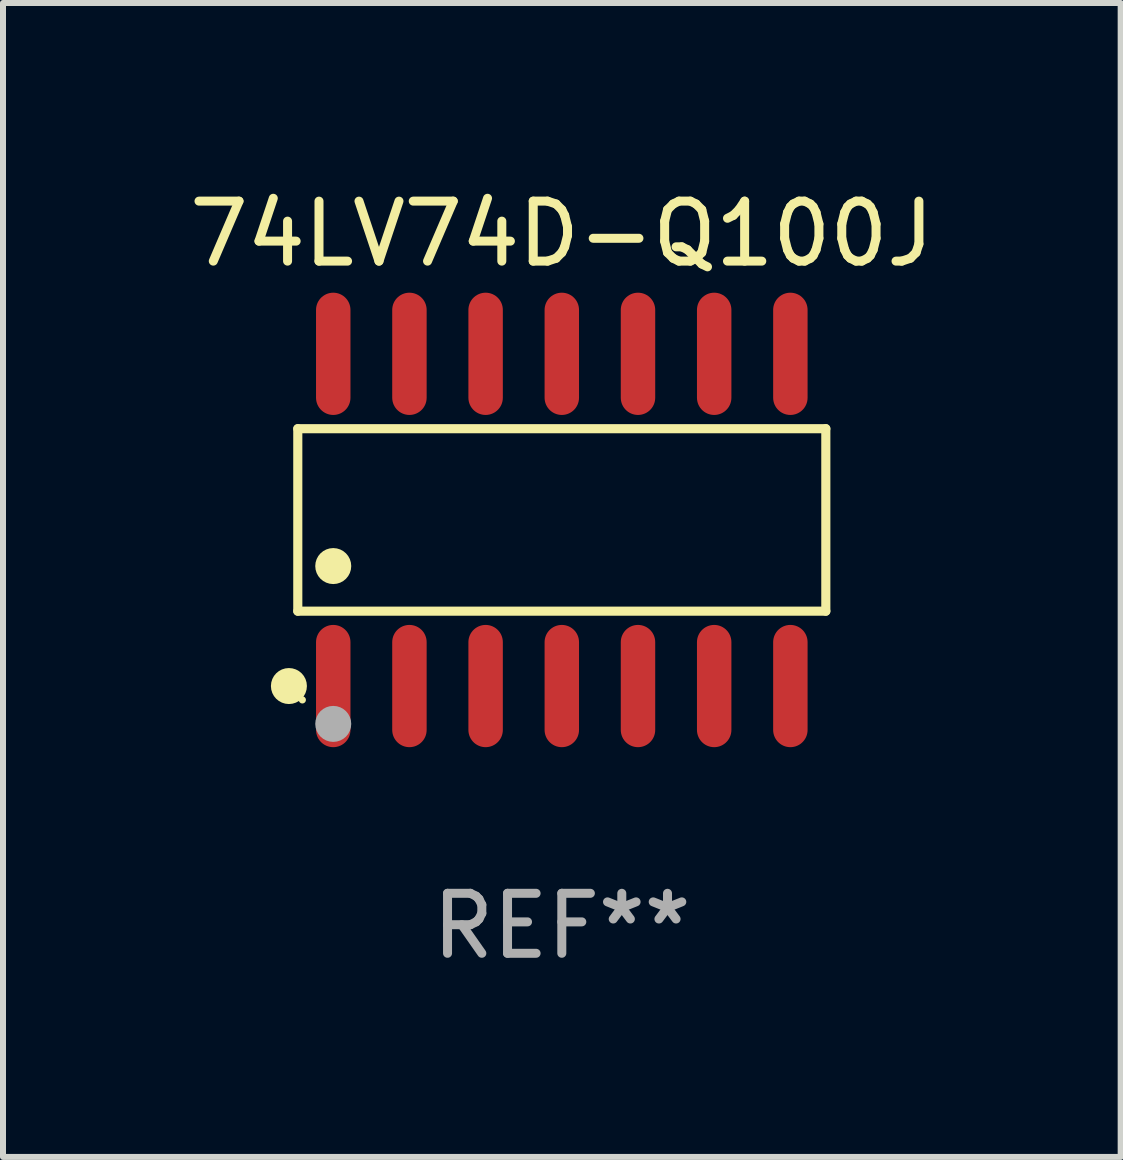
<source format=kicad_pcb>
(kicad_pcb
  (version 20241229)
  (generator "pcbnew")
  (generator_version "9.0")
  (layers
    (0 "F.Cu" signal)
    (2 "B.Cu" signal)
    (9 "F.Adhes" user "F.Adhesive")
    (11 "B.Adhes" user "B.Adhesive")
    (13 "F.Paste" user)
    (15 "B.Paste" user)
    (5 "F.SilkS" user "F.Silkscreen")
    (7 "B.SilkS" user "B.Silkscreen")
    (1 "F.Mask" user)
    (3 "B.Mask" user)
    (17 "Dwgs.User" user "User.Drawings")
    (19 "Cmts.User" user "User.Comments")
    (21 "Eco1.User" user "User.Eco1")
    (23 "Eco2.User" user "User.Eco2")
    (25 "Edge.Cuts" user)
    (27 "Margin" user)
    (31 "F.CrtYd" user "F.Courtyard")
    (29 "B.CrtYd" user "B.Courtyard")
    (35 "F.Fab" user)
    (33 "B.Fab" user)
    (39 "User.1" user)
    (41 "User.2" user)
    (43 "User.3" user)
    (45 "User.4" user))
  (footprint "74LV74D-Q100J"
    (layer "F.Cu")
    (at 6.315 5.617)
    (property "Reference" "74LV74D-Q100J" (at 0 -4.769 0) (layer "F.SilkS") (effects (font (size 1 1) (thickness 0.15))))
    (attr through_hole)
    (fp_line (start -4.401 -1.521) (end 4.401 -1.521) (stroke (width 0.152) (type solid)) (layer "F.SilkS"))
    (fp_line (start -4.401 1.521) (end -4.401 -1.521) (stroke (width 0.152) (type solid)) (layer "F.SilkS"))
    (fp_line (start 4.401 -1.521) (end 4.401 1.521) (stroke (width 0.152) (type solid)) (layer "F.SilkS"))
    (fp_line (start 4.401 1.521) (end -4.401 1.521) (stroke (width 0.152) (type solid)) (layer "F.SilkS"))
    (fp_circle (center -4.549 2.769) (end -4.399 2.769) (stroke (width 0.3) (type solid)) (fill no) (layer "F.SilkS"))
    (fp_circle (center -4.325 3) (end -4.295 3) (stroke (width 0.06) (type solid)) (fill no) (layer "F.SilkS"))
    (fp_circle (center -3.81 0.769) (end -3.66 0.769) (stroke (width 0.3) (type solid)) (fill no) (layer "F.SilkS"))
    (fp_circle (center -3.81 3.4) (end -3.66 3.4) (stroke (width 0.3) (type solid)) (fill no) (layer "F.Fab"))
    (fp_text user "REF**" (at 0 6.769 0) (layer "F.Fab") (effects (font (size 1 1) (thickness 0.15))))
    (pad "1" smd oval (at -3.81 2.769) (size 0.574 2.038) (layers "F.Cu" "F.Mask" "F.Paste"))
    (pad "2" smd oval (at -2.54 2.769) (size 0.574 2.038) (layers "F.Cu" "F.Mask" "F.Paste"))
    (pad "3" smd oval (at -1.27 2.769) (size 0.574 2.038) (layers "F.Cu" "F.Mask" "F.Paste"))
    (pad "4" smd oval (at 0 2.769) (size 0.574 2.038) (layers "F.Cu" "F.Mask" "F.Paste"))
    (pad "5" smd oval (at 1.27 2.769) (size 0.574 2.038) (layers "F.Cu" "F.Mask" "F.Paste"))
    (pad "6" smd oval (at 2.54 2.769) (size 0.574 2.038) (layers "F.Cu" "F.Mask" "F.Paste"))
    (pad "7" smd oval (at 3.81 2.769) (size 0.574 2.038) (layers "F.Cu" "F.Mask" "F.Paste"))
    (pad "8" smd oval (at 3.81 -2.769) (size 0.574 2.038) (layers "F.Cu" "F.Mask" "F.Paste"))
    (pad "9" smd oval (at 2.54 -2.769) (size 0.574 2.038) (layers "F.Cu" "F.Mask" "F.Paste"))
    (pad "10" smd oval (at 1.27 -2.769) (size 0.574 2.038) (layers "F.Cu" "F.Mask" "F.Paste"))
    (pad "11" smd oval (at 0 -2.769) (size 0.574 2.038) (layers "F.Cu" "F.Mask" "F.Paste"))
    (pad "12" smd oval (at -1.27 -2.769) (size 0.574 2.038) (layers "F.Cu" "F.Mask" "F.Paste"))
    (pad "13" smd oval (at -2.54 -2.769) (size 0.574 2.038) (layers "F.Cu" "F.Mask" "F.Paste"))
    (pad "14" smd oval (at -3.81 -2.769) (size 0.574 2.038) (layers "F.Cu" "F.Mask" "F.Paste")))
  (gr_rect
    (start -3 -3)
    (end 15.631 16.235)
    (stroke (width 0.1) (type default))
    (fill no)
    (layer "Edge.Cuts")))
</source>
